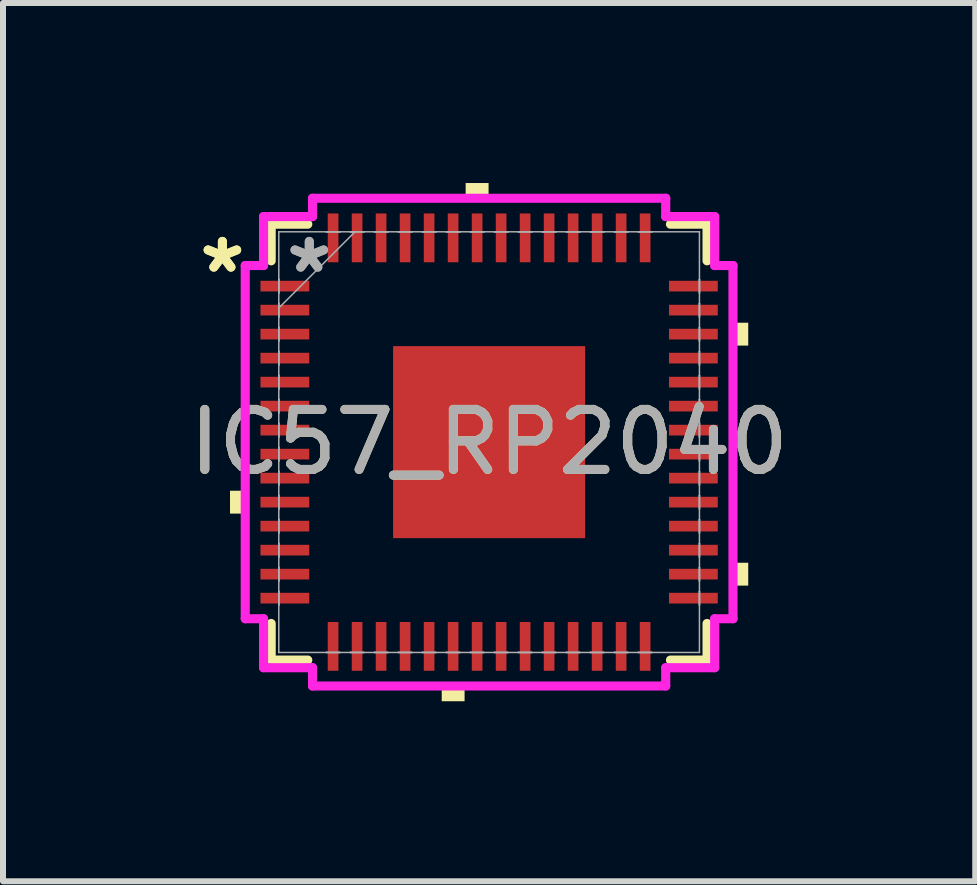
<source format=kicad_pcb>
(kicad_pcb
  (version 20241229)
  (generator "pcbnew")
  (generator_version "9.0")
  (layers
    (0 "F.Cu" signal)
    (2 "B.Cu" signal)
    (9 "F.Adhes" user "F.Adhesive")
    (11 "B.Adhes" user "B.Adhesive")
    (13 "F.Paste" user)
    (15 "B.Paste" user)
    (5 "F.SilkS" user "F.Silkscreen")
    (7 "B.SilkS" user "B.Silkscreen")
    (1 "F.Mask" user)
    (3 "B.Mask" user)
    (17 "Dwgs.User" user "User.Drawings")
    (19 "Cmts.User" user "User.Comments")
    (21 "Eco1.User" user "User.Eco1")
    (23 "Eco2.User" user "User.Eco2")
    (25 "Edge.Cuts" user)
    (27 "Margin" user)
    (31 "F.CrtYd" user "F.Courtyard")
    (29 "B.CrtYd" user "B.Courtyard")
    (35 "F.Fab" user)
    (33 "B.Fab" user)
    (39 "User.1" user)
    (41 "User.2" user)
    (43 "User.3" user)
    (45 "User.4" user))
  (footprint "IC57_RP2040"
    (layer "F.Cu")
    (at 5.101 4.318)
    (property "Reference" "IC57_RP2040" (at 0 0 0) (unlocked yes) (layer "F.SilkS") (effects (font (size 1 1) (thickness 0.15))))
    (attr smd)
    (fp_line (start -3.632 -3.632) (end -3.632 -3.022) (stroke (width 0.152) (type solid)) (layer "F.SilkS"))
    (fp_line (start -3.632 3.022) (end -3.632 3.632) (stroke (width 0.152) (type solid)) (layer "F.SilkS"))
    (fp_line (start -3.632 3.632) (end -3.022 3.632) (stroke (width 0.152) (type solid)) (layer "F.SilkS"))
    (fp_line (start -3.022 -3.632) (end -3.632 -3.632) (stroke (width 0.152) (type solid)) (layer "F.SilkS"))
    (fp_line (start 3.022 3.632) (end 3.632 3.632) (stroke (width 0.152) (type solid)) (layer "F.SilkS"))
    (fp_line (start 3.632 -3.632) (end 3.022 -3.632) (stroke (width 0.152) (type solid)) (layer "F.SilkS"))
    (fp_line (start 3.632 -3.022) (end 3.632 -3.632) (stroke (width 0.152) (type solid)) (layer "F.SilkS"))
    (fp_line (start 3.632 3.632) (end 3.632 3.022) (stroke (width 0.152) (type solid)) (layer "F.SilkS"))
    (fp_poly (pts (xy -4.318 0.81) (xy -4.318 1.191) (xy -4.064 1.191) (xy -4.064 0.81)) (stroke (width 0) (type solid)) (fill yes) (layer "F.SilkS"))
    (fp_poly (pts (xy -0.79 4.064) (xy -0.79 4.318) (xy -0.409 4.318) (xy -0.409 4.064)) (stroke (width 0) (type solid)) (fill yes) (layer "F.SilkS"))
    (fp_poly (pts (xy -0.391 -4.064) (xy -0.391 -4.318) (xy -0.009 -4.318) (xy -0.009 -4.064)) (stroke (width 0) (type solid)) (fill yes) (layer "F.SilkS"))
    (fp_poly (pts (xy 4.318 -1.99) (xy 4.318 -1.609) (xy 4.064 -1.609) (xy 4.064 -1.99)) (stroke (width 0) (type solid)) (fill yes) (layer "F.SilkS"))
    (fp_poly (pts (xy 4.318 2.01) (xy 4.318 2.391) (xy 4.064 2.391) (xy 4.064 2.01)) (stroke (width 0) (type solid)) (fill yes) (layer "F.SilkS"))
    (fp_poly (pts (xy -1.5 -1.5) (xy -1.5 -0.1) (xy -0.1 -0.1) (xy -0.1 -1.5)) (stroke (width 0) (type solid)) (fill yes) (layer "F.Paste"))
    (fp_poly (pts (xy -1.5 0.1) (xy -1.5 1.5) (xy -0.1 1.5) (xy -0.1 0.1)) (stroke (width 0) (type solid)) (fill yes) (layer "F.Paste"))
    (fp_poly (pts (xy 0.1 -1.5) (xy 0.1 -0.1) (xy 1.5 -0.1) (xy 1.5 -1.5)) (stroke (width 0) (type solid)) (fill yes) (layer "F.Paste"))
    (fp_poly (pts (xy 0.1 0.1) (xy 0.1 1.5) (xy 1.5 1.5) (xy 1.5 0.1)) (stroke (width 0) (type solid)) (fill yes) (layer "F.Paste"))
    (fp_line (start -4.064 -2.943) (end -3.759 -2.943) (stroke (width 0.152) (type solid)) (layer "F.CrtYd"))
    (fp_line (start -4.064 2.943) (end -4.064 -2.943) (stroke (width 0.152) (type solid)) (layer "F.CrtYd"))
    (fp_line (start -3.759 -3.759) (end -2.943 -3.759) (stroke (width 0.152) (type solid)) (layer "F.CrtYd"))
    (fp_line (start -3.759 -2.943) (end -3.759 -3.759) (stroke (width 0.152) (type solid)) (layer "F.CrtYd"))
    (fp_line (start -3.759 2.943) (end -4.064 2.943) (stroke (width 0.152) (type solid)) (layer "F.CrtYd"))
    (fp_line (start -3.759 3.759) (end -3.759 2.943) (stroke (width 0.152) (type solid)) (layer "F.CrtYd"))
    (fp_line (start -2.943 -4.064) (end 2.943 -4.064) (stroke (width 0.152) (type solid)) (layer "F.CrtYd"))
    (fp_line (start -2.943 -3.759) (end -2.943 -4.064) (stroke (width 0.152) (type solid)) (layer "F.CrtYd"))
    (fp_line (start -2.943 3.759) (end -3.759 3.759) (stroke (width 0.152) (type solid)) (layer "F.CrtYd"))
    (fp_line (start -2.943 4.064) (end -2.943 3.759) (stroke (width 0.152) (type solid)) (layer "F.CrtYd"))
    (fp_line (start 2.943 -4.064) (end 2.943 -3.759) (stroke (width 0.152) (type solid)) (layer "F.CrtYd"))
    (fp_line (start 2.943 -3.759) (end 3.759 -3.759) (stroke (width 0.152) (type solid)) (layer "F.CrtYd"))
    (fp_line (start 2.943 3.759) (end 2.943 4.064) (stroke (width 0.152) (type solid)) (layer "F.CrtYd"))
    (fp_line (start 2.943 4.064) (end -2.943 4.064) (stroke (width 0.152) (type solid)) (layer "F.CrtYd"))
    (fp_line (start 3.759 -3.759) (end 3.759 -2.943) (stroke (width 0.152) (type solid)) (layer "F.CrtYd"))
    (fp_line (start 3.759 -2.943) (end 4.064 -2.943) (stroke (width 0.152) (type solid)) (layer "F.CrtYd"))
    (fp_line (start 3.759 2.943) (end 3.759 3.759) (stroke (width 0.152) (type solid)) (layer "F.CrtYd"))
    (fp_line (start 3.759 3.759) (end 2.943 3.759) (stroke (width 0.152) (type solid)) (layer "F.CrtYd"))
    (fp_line (start 4.064 -2.943) (end 4.064 2.943) (stroke (width 0.152) (type solid)) (layer "F.CrtYd"))
    (fp_line (start 4.064 2.943) (end 3.759 2.943) (stroke (width 0.152) (type solid)) (layer "F.CrtYd"))
    (fp_line (start -3.505 -3.505) (end -3.505 -3.505) (stroke (width 0.025) (type solid)) (layer "F.Fab"))
    (fp_line (start -3.505 -3.505) (end -3.505 3.505) (stroke (width 0.025) (type solid)) (layer "F.Fab"))
    (fp_line (start -3.505 -2.714) (end -3.505 -2.714) (stroke (width 0.025) (type solid)) (layer "F.Fab"))
    (fp_line (start -3.505 -2.714) (end -3.505 -2.486) (stroke (width 0.025) (type solid)) (layer "F.Fab"))
    (fp_line (start -3.505 -2.486) (end -3.505 -2.714) (stroke (width 0.025) (type solid)) (layer "F.Fab"))
    (fp_line (start -3.505 -2.486) (end -3.505 -2.486) (stroke (width 0.025) (type solid)) (layer "F.Fab"))
    (fp_line (start -3.505 -2.314) (end -3.505 -2.314) (stroke (width 0.025) (type solid)) (layer "F.Fab"))
    (fp_line (start -3.505 -2.314) (end -3.505 -2.086) (stroke (width 0.025) (type solid)) (layer "F.Fab"))
    (fp_line (start -3.505 -2.235) (end -2.235 -3.505) (stroke (width 0.025) (type solid)) (layer "F.Fab"))
    (fp_line (start -3.505 -2.086) (end -3.505 -2.314) (stroke (width 0.025) (type solid)) (layer "F.Fab"))
    (fp_line (start -3.505 -2.086) (end -3.505 -2.086) (stroke (width 0.025) (type solid)) (layer "F.Fab"))
    (fp_line (start -3.505 -1.914) (end -3.505 -1.914) (stroke (width 0.025) (type solid)) (layer "F.Fab"))
    (fp_line (start -3.505 -1.914) (end -3.505 -1.686) (stroke (width 0.025) (type solid)) (layer "F.Fab"))
    (fp_line (start -3.505 -1.686) (end -3.505 -1.914) (stroke (width 0.025) (type solid)) (layer "F.Fab"))
    (fp_line (start -3.505 -1.686) (end -3.505 -1.686) (stroke (width 0.025) (type solid)) (layer "F.Fab"))
    (fp_line (start -3.505 -1.514) (end -3.505 -1.514) (stroke (width 0.025) (type solid)) (layer "F.Fab"))
    (fp_line (start -3.505 -1.514) (end -3.505 -1.286) (stroke (width 0.025) (type solid)) (layer "F.Fab"))
    (fp_line (start -3.505 -1.286) (end -3.505 -1.514) (stroke (width 0.025) (type solid)) (layer "F.Fab"))
    (fp_line (start -3.505 -1.286) (end -3.505 -1.286) (stroke (width 0.025) (type solid)) (layer "F.Fab"))
    (fp_line (start -3.505 -1.114) (end -3.505 -1.114) (stroke (width 0.025) (type solid)) (layer "F.Fab"))
    (fp_line (start -3.505 -1.114) (end -3.505 -0.886) (stroke (width 0.025) (type solid)) (layer "F.Fab"))
    (fp_line (start -3.505 -0.886) (end -3.505 -1.114) (stroke (width 0.025) (type solid)) (layer "F.Fab"))
    (fp_line (start -3.505 -0.886) (end -3.505 -0.886) (stroke (width 0.025) (type solid)) (layer "F.Fab"))
    (fp_line (start -3.505 -0.714) (end -3.505 -0.714) (stroke (width 0.025) (type solid)) (layer "F.Fab"))
    (fp_line (start -3.505 -0.714) (end -3.505 -0.486) (stroke (width 0.025) (type solid)) (layer "F.Fab"))
    (fp_line (start -3.505 -0.486) (end -3.505 -0.714) (stroke (width 0.025) (type solid)) (layer "F.Fab"))
    (fp_line (start -3.505 -0.486) (end -3.505 -0.486) (stroke (width 0.025) (type solid)) (layer "F.Fab"))
    (fp_line (start -3.505 -0.314) (end -3.505 -0.314) (stroke (width 0.025) (type solid)) (layer "F.Fab"))
    (fp_line (start -3.505 -0.314) (end -3.505 -0.086) (stroke (width 0.025) (type solid)) (layer "F.Fab"))
    (fp_line (start -3.505 -0.086) (end -3.505 -0.314) (stroke (width 0.025) (type solid)) (layer "F.Fab"))
    (fp_line (start -3.505 -0.086) (end -3.505 -0.086) (stroke (width 0.025) (type solid)) (layer "F.Fab"))
    (fp_line (start -3.505 0.086) (end -3.505 0.086) (stroke (width 0.025) (type solid)) (layer "F.Fab"))
    (fp_line (start -3.505 0.086) (end -3.505 0.314) (stroke (width 0.025) (type solid)) (layer "F.Fab"))
    (fp_line (start -3.505 0.314) (end -3.505 0.086) (stroke (width 0.025) (type solid)) (layer "F.Fab"))
    (fp_line (start -3.505 0.314) (end -3.505 0.314) (stroke (width 0.025) (type solid)) (layer "F.Fab"))
    (fp_line (start -3.505 0.486) (end -3.505 0.486) (stroke (width 0.025) (type solid)) (layer "F.Fab"))
    (fp_line (start -3.505 0.486) (end -3.505 0.714) (stroke (width 0.025) (type solid)) (layer "F.Fab"))
    (fp_line (start -3.505 0.714) (end -3.505 0.486) (stroke (width 0.025) (type solid)) (layer "F.Fab"))
    (fp_line (start -3.505 0.714) (end -3.505 0.714) (stroke (width 0.025) (type solid)) (layer "F.Fab"))
    (fp_line (start -3.505 0.886) (end -3.505 0.886) (stroke (width 0.025) (type solid)) (layer "F.Fab"))
    (fp_line (start -3.505 0.886) (end -3.505 1.114) (stroke (width 0.025) (type solid)) (layer "F.Fab"))
    (fp_line (start -3.505 1.114) (end -3.505 0.886) (stroke (width 0.025) (type solid)) (layer "F.Fab"))
    (fp_line (start -3.505 1.114) (end -3.505 1.114) (stroke (width 0.025) (type solid)) (layer "F.Fab"))
    (fp_line (start -3.505 1.286) (end -3.505 1.286) (stroke (width 0.025) (type solid)) (layer "F.Fab"))
    (fp_line (start -3.505 1.286) (end -3.505 1.514) (stroke (width 0.025) (type solid)) (layer "F.Fab"))
    (fp_line (start -3.505 1.514) (end -3.505 1.286) (stroke (width 0.025) (type solid)) (layer "F.Fab"))
    (fp_line (start -3.505 1.514) (end -3.505 1.514) (stroke (width 0.025) (type solid)) (layer "F.Fab"))
    (fp_line (start -3.505 1.686) (end -3.505 1.686) (stroke (width 0.025) (type solid)) (layer "F.Fab"))
    (fp_line (start -3.505 1.686) (end -3.505 1.914) (stroke (width 0.025) (type solid)) (layer "F.Fab"))
    (fp_line (start -3.505 1.914) (end -3.505 1.686) (stroke (width 0.025) (type solid)) (layer "F.Fab"))
    (fp_line (start -3.505 1.914) (end -3.505 1.914) (stroke (width 0.025) (type solid)) (layer "F.Fab"))
    (fp_line (start -3.505 2.086) (end -3.505 2.086) (stroke (width 0.025) (type solid)) (layer "F.Fab"))
    (fp_line (start -3.505 2.086) (end -3.505 2.314) (stroke (width 0.025) (type solid)) (layer "F.Fab"))
    (fp_line (start -3.505 2.314) (end -3.505 2.086) (stroke (width 0.025) (type solid)) (layer "F.Fab"))
    (fp_line (start -3.505 2.314) (end -3.505 2.314) (stroke (width 0.025) (type solid)) (layer "F.Fab"))
    (fp_line (start -3.505 2.486) (end -3.505 2.486) (stroke (width 0.025) (type solid)) (layer "F.Fab"))
    (fp_line (start -3.505 2.486) (end -3.505 2.714) (stroke (width 0.025) (type solid)) (layer "F.Fab"))
    (fp_line (start -3.505 2.714) (end -3.505 2.486) (stroke (width 0.025) (type solid)) (layer "F.Fab"))
    (fp_line (start -3.505 2.714) (end -3.505 2.714) (stroke (width 0.025) (type solid)) (layer "F.Fab"))
    (fp_line (start -3.505 3.505) (end -3.505 3.505) (stroke (width 0.025) (type solid)) (layer "F.Fab"))
    (fp_line (start -3.505 3.505) (end 3.505 3.505) (stroke (width 0.025) (type solid)) (layer "F.Fab"))
    (fp_line (start -2.714 -3.505) (end -2.714 -3.505) (stroke (width 0.025) (type solid)) (layer "F.Fab"))
    (fp_line (start -2.714 -3.505) (end -2.486 -3.505) (stroke (width 0.025) (type solid)) (layer "F.Fab"))
    (fp_line (start -2.714 3.505) (end -2.714 3.505) (stroke (width 0.025) (type solid)) (layer "F.Fab"))
    (fp_line (start -2.714 3.505) (end -2.486 3.505) (stroke (width 0.025) (type solid)) (layer "F.Fab"))
    (fp_line (start -2.486 -3.505) (end -2.714 -3.505) (stroke (width 0.025) (type solid)) (layer "F.Fab"))
    (fp_line (start -2.486 -3.505) (end -2.486 -3.505) (stroke (width 0.025) (type solid)) (layer "F.Fab"))
    (fp_line (start -2.486 3.505) (end -2.714 3.505) (stroke (width 0.025) (type solid)) (layer "F.Fab"))
    (fp_line (start -2.486 3.505) (end -2.486 3.505) (stroke (width 0.025) (type solid)) (layer "F.Fab"))
    (fp_line (start -2.314 -3.505) (end -2.314 -3.505) (stroke (width 0.025) (type solid)) (layer "F.Fab"))
    (fp_line (start -2.314 -3.505) (end -2.086 -3.505) (stroke (width 0.025) (type solid)) (layer "F.Fab"))
    (fp_line (start -2.314 3.505) (end -2.314 3.505) (stroke (width 0.025) (type solid)) (layer "F.Fab"))
    (fp_line (start -2.314 3.505) (end -2.086 3.505) (stroke (width 0.025) (type solid)) (layer "F.Fab"))
    (fp_line (start -2.086 -3.505) (end -2.314 -3.505) (stroke (width 0.025) (type solid)) (layer "F.Fab"))
    (fp_line (start -2.086 -3.505) (end -2.086 -3.505) (stroke (width 0.025) (type solid)) (layer "F.Fab"))
    (fp_line (start -2.086 3.505) (end -2.314 3.505) (stroke (width 0.025) (type solid)) (layer "F.Fab"))
    (fp_line (start -2.086 3.505) (end -2.086 3.505) (stroke (width 0.025) (type solid)) (layer "F.Fab"))
    (fp_line (start -1.914 -3.505) (end -1.914 -3.505) (stroke (width 0.025) (type solid)) (layer "F.Fab"))
    (fp_line (start -1.914 -3.505) (end -1.686 -3.505) (stroke (width 0.025) (type solid)) (layer "F.Fab"))
    (fp_line (start -1.914 3.505) (end -1.914 3.505) (stroke (width 0.025) (type solid)) (layer "F.Fab"))
    (fp_line (start -1.914 3.505) (end -1.686 3.505) (stroke (width 0.025) (type solid)) (layer "F.Fab"))
    (fp_line (start -1.686 -3.505) (end -1.914 -3.505) (stroke (width 0.025) (type solid)) (layer "F.Fab"))
    (fp_line (start -1.686 -3.505) (end -1.686 -3.505) (stroke (width 0.025) (type solid)) (layer "F.Fab"))
    (fp_line (start -1.686 3.505) (end -1.914 3.505) (stroke (width 0.025) (type solid)) (layer "F.Fab"))
    (fp_line (start -1.686 3.505) (end -1.686 3.505) (stroke (width 0.025) (type solid)) (layer "F.Fab"))
    (fp_line (start -1.514 -3.505) (end -1.514 -3.505) (stroke (width 0.025) (type solid)) (layer "F.Fab"))
    (fp_line (start -1.514 -3.505) (end -1.286 -3.505) (stroke (width 0.025) (type solid)) (layer "F.Fab"))
    (fp_line (start -1.514 3.505) (end -1.514 3.505) (stroke (width 0.025) (type solid)) (layer "F.Fab"))
    (fp_line (start -1.514 3.505) (end -1.286 3.505) (stroke (width 0.025) (type solid)) (layer "F.Fab"))
    (fp_line (start -1.286 -3.505) (end -1.514 -3.505) (stroke (width 0.025) (type solid)) (layer "F.Fab"))
    (fp_line (start -1.286 -3.505) (end -1.286 -3.505) (stroke (width 0.025) (type solid)) (layer "F.Fab"))
    (fp_line (start -1.286 3.505) (end -1.514 3.505) (stroke (width 0.025) (type solid)) (layer "F.Fab"))
    (fp_line (start -1.286 3.505) (end -1.286 3.505) (stroke (width 0.025) (type solid)) (layer "F.Fab"))
    (fp_line (start -1.114 -3.505) (end -1.114 -3.505) (stroke (width 0.025) (type solid)) (layer "F.Fab"))
    (fp_line (start -1.114 -3.505) (end -0.886 -3.505) (stroke (width 0.025) (type solid)) (layer "F.Fab"))
    (fp_line (start -1.114 3.505) (end -1.114 3.505) (stroke (width 0.025) (type solid)) (layer "F.Fab"))
    (fp_line (start -1.114 3.505) (end -0.886 3.505) (stroke (width 0.025) (type solid)) (layer "F.Fab"))
    (fp_line (start -0.886 -3.505) (end -1.114 -3.505) (stroke (width 0.025) (type solid)) (layer "F.Fab"))
    (fp_line (start -0.886 -3.505) (end -0.886 -3.505) (stroke (width 0.025) (type solid)) (layer "F.Fab"))
    (fp_line (start -0.886 3.505) (end -1.114 3.505) (stroke (width 0.025) (type solid)) (layer "F.Fab"))
    (fp_line (start -0.886 3.505) (end -0.886 3.505) (stroke (width 0.025) (type solid)) (layer "F.Fab"))
    (fp_line (start -0.714 -3.505) (end -0.714 -3.505) (stroke (width 0.025) (type solid)) (layer "F.Fab"))
    (fp_line (start -0.714 -3.505) (end -0.486 -3.505) (stroke (width 0.025) (type solid)) (layer "F.Fab"))
    (fp_line (start -0.714 3.505) (end -0.714 3.505) (stroke (width 0.025) (type solid)) (layer "F.Fab"))
    (fp_line (start -0.714 3.505) (end -0.486 3.505) (stroke (width 0.025) (type solid)) (layer "F.Fab"))
    (fp_line (start -0.486 -3.505) (end -0.714 -3.505) (stroke (width 0.025) (type solid)) (layer "F.Fab"))
    (fp_line (start -0.486 -3.505) (end -0.486 -3.505) (stroke (width 0.025) (type solid)) (layer "F.Fab"))
    (fp_line (start -0.486 3.505) (end -0.714 3.505) (stroke (width 0.025) (type solid)) (layer "F.Fab"))
    (fp_line (start -0.486 3.505) (end -0.486 3.505) (stroke (width 0.025) (type solid)) (layer "F.Fab"))
    (fp_line (start -0.314 -3.505) (end -0.314 -3.505) (stroke (width 0.025) (type solid)) (layer "F.Fab"))
    (fp_line (start -0.314 -3.505) (end -0.086 -3.505) (stroke (width 0.025) (type solid)) (layer "F.Fab"))
    (fp_line (start -0.314 3.505) (end -0.314 3.505) (stroke (width 0.025) (type solid)) (layer "F.Fab"))
    (fp_line (start -0.314 3.505) (end -0.086 3.505) (stroke (width 0.025) (type solid)) (layer "F.Fab"))
    (fp_line (start -0.086 -3.505) (end -0.314 -3.505) (stroke (width 0.025) (type solid)) (layer "F.Fab"))
    (fp_line (start -0.086 -3.505) (end -0.086 -3.505) (stroke (width 0.025) (type solid)) (layer "F.Fab"))
    (fp_line (start -0.086 3.505) (end -0.314 3.505) (stroke (width 0.025) (type solid)) (layer "F.Fab"))
    (fp_line (start -0.086 3.505) (end -0.086 3.505) (stroke (width 0.025) (type solid)) (layer "F.Fab"))
    (fp_line (start 0.086 -3.505) (end 0.086 -3.505) (stroke (width 0.025) (type solid)) (layer "F.Fab"))
    (fp_line (start 0.086 -3.505) (end 0.314 -3.505) (stroke (width 0.025) (type solid)) (layer "F.Fab"))
    (fp_line (start 0.086 3.505) (end 0.086 3.505) (stroke (width 0.025) (type solid)) (layer "F.Fab"))
    (fp_line (start 0.086 3.505) (end 0.314 3.505) (stroke (width 0.025) (type solid)) (layer "F.Fab"))
    (fp_line (start 0.314 -3.505) (end 0.086 -3.505) (stroke (width 0.025) (type solid)) (layer "F.Fab"))
    (fp_line (start 0.314 -3.505) (end 0.314 -3.505) (stroke (width 0.025) (type solid)) (layer "F.Fab"))
    (fp_line (start 0.314 3.505) (end 0.086 3.505) (stroke (width 0.025) (type solid)) (layer "F.Fab"))
    (fp_line (start 0.314 3.505) (end 0.314 3.505) (stroke (width 0.025) (type solid)) (layer "F.Fab"))
    (fp_line (start 0.486 -3.505) (end 0.486 -3.505) (stroke (width 0.025) (type solid)) (layer "F.Fab"))
    (fp_line (start 0.486 -3.505) (end 0.714 -3.505) (stroke (width 0.025) (type solid)) (layer "F.Fab"))
    (fp_line (start 0.486 3.505) (end 0.486 3.505) (stroke (width 0.025) (type solid)) (layer "F.Fab"))
    (fp_line (start 0.486 3.505) (end 0.714 3.505) (stroke (width 0.025) (type solid)) (layer "F.Fab"))
    (fp_line (start 0.714 -3.505) (end 0.486 -3.505) (stroke (width 0.025) (type solid)) (layer "F.Fab"))
    (fp_line (start 0.714 -3.505) (end 0.714 -3.505) (stroke (width 0.025) (type solid)) (layer "F.Fab"))
    (fp_line (start 0.714 3.505) (end 0.486 3.505) (stroke (width 0.025) (type solid)) (layer "F.Fab"))
    (fp_line (start 0.714 3.505) (end 0.714 3.505) (stroke (width 0.025) (type solid)) (layer "F.Fab"))
    (fp_line (start 0.886 -3.505) (end 0.886 -3.505) (stroke (width 0.025) (type solid)) (layer "F.Fab"))
    (fp_line (start 0.886 -3.505) (end 1.114 -3.505) (stroke (width 0.025) (type solid)) (layer "F.Fab"))
    (fp_line (start 0.886 3.505) (end 0.886 3.505) (stroke (width 0.025) (type solid)) (layer "F.Fab"))
    (fp_line (start 0.886 3.505) (end 1.114 3.505) (stroke (width 0.025) (type solid)) (layer "F.Fab"))
    (fp_line (start 1.114 -3.505) (end 0.886 -3.505) (stroke (width 0.025) (type solid)) (layer "F.Fab"))
    (fp_line (start 1.114 -3.505) (end 1.114 -3.505) (stroke (width 0.025) (type solid)) (layer "F.Fab"))
    (fp_line (start 1.114 3.505) (end 0.886 3.505) (stroke (width 0.025) (type solid)) (layer "F.Fab"))
    (fp_line (start 1.114 3.505) (end 1.114 3.505) (stroke (width 0.025) (type solid)) (layer "F.Fab"))
    (fp_line (start 1.286 -3.505) (end 1.286 -3.505) (stroke (width 0.025) (type solid)) (layer "F.Fab"))
    (fp_line (start 1.286 -3.505) (end 1.514 -3.505) (stroke (width 0.025) (type solid)) (layer "F.Fab"))
    (fp_line (start 1.286 3.505) (end 1.286 3.505) (stroke (width 0.025) (type solid)) (layer "F.Fab"))
    (fp_line (start 1.286 3.505) (end 1.514 3.505) (stroke (width 0.025) (type solid)) (layer "F.Fab"))
    (fp_line (start 1.514 -3.505) (end 1.286 -3.505) (stroke (width 0.025) (type solid)) (layer "F.Fab"))
    (fp_line (start 1.514 -3.505) (end 1.514 -3.505) (stroke (width 0.025) (type solid)) (layer "F.Fab"))
    (fp_line (start 1.514 3.505) (end 1.286 3.505) (stroke (width 0.025) (type solid)) (layer "F.Fab"))
    (fp_line (start 1.514 3.505) (end 1.514 3.505) (stroke (width 0.025) (type solid)) (layer "F.Fab"))
    (fp_line (start 1.686 -3.505) (end 1.686 -3.505) (stroke (width 0.025) (type solid)) (layer "F.Fab"))
    (fp_line (start 1.686 -3.505) (end 1.914 -3.505) (stroke (width 0.025) (type solid)) (layer "F.Fab"))
    (fp_line (start 1.686 3.505) (end 1.686 3.505) (stroke (width 0.025) (type solid)) (layer "F.Fab"))
    (fp_line (start 1.686 3.505) (end 1.914 3.505) (stroke (width 0.025) (type solid)) (layer "F.Fab"))
    (fp_line (start 1.914 -3.505) (end 1.686 -3.505) (stroke (width 0.025) (type solid)) (layer "F.Fab"))
    (fp_line (start 1.914 -3.505) (end 1.914 -3.505) (stroke (width 0.025) (type solid)) (layer "F.Fab"))
    (fp_line (start 1.914 3.505) (end 1.686 3.505) (stroke (width 0.025) (type solid)) (layer "F.Fab"))
    (fp_line (start 1.914 3.505) (end 1.914 3.505) (stroke (width 0.025) (type solid)) (layer "F.Fab"))
    (fp_line (start 2.086 -3.505) (end 2.086 -3.505) (stroke (width 0.025) (type solid)) (layer "F.Fab"))
    (fp_line (start 2.086 -3.505) (end 2.314 -3.505) (stroke (width 0.025) (type solid)) (layer "F.Fab"))
    (fp_line (start 2.086 3.505) (end 2.086 3.505) (stroke (width 0.025) (type solid)) (layer "F.Fab"))
    (fp_line (start 2.086 3.505) (end 2.314 3.505) (stroke (width 0.025) (type solid)) (layer "F.Fab"))
    (fp_line (start 2.314 -3.505) (end 2.086 -3.505) (stroke (width 0.025) (type solid)) (layer "F.Fab"))
    (fp_line (start 2.314 -3.505) (end 2.314 -3.505) (stroke (width 0.025) (type solid)) (layer "F.Fab"))
    (fp_line (start 2.314 3.505) (end 2.086 3.505) (stroke (width 0.025) (type solid)) (layer "F.Fab"))
    (fp_line (start 2.314 3.505) (end 2.314 3.505) (stroke (width 0.025) (type solid)) (layer "F.Fab"))
    (fp_line (start 2.486 -3.505) (end 2.486 -3.505) (stroke (width 0.025) (type solid)) (layer "F.Fab"))
    (fp_line (start 2.486 -3.505) (end 2.714 -3.505) (stroke (width 0.025) (type solid)) (layer "F.Fab"))
    (fp_line (start 2.486 3.505) (end 2.486 3.505) (stroke (width 0.025) (type solid)) (layer "F.Fab"))
    (fp_line (start 2.486 3.505) (end 2.714 3.505) (stroke (width 0.025) (type solid)) (layer "F.Fab"))
    (fp_line (start 2.714 -3.505) (end 2.486 -3.505) (stroke (width 0.025) (type solid)) (layer "F.Fab"))
    (fp_line (start 2.714 -3.505) (end 2.714 -3.505) (stroke (width 0.025) (type solid)) (layer "F.Fab"))
    (fp_line (start 2.714 3.505) (end 2.486 3.505) (stroke (width 0.025) (type solid)) (layer "F.Fab"))
    (fp_line (start 2.714 3.505) (end 2.714 3.505) (stroke (width 0.025) (type solid)) (layer "F.Fab"))
    (fp_line (start 3.505 -3.505) (end -3.505 -3.505) (stroke (width 0.025) (type solid)) (layer "F.Fab"))
    (fp_line (start 3.505 -3.505) (end 3.505 -3.505) (stroke (width 0.025) (type solid)) (layer "F.Fab"))
    (fp_line (start 3.505 -2.714) (end 3.505 -2.714) (stroke (width 0.025) (type solid)) (layer "F.Fab"))
    (fp_line (start 3.505 -2.714) (end 3.505 -2.486) (stroke (width 0.025) (type solid)) (layer "F.Fab"))
    (fp_line (start 3.505 -2.486) (end 3.505 -2.714) (stroke (width 0.025) (type solid)) (layer "F.Fab"))
    (fp_line (start 3.505 -2.486) (end 3.505 -2.486) (stroke (width 0.025) (type solid)) (layer "F.Fab"))
    (fp_line (start 3.505 -2.314) (end 3.505 -2.314) (stroke (width 0.025) (type solid)) (layer "F.Fab"))
    (fp_line (start 3.505 -2.314) (end 3.505 -2.086) (stroke (width 0.025) (type solid)) (layer "F.Fab"))
    (fp_line (start 3.505 -2.086) (end 3.505 -2.314) (stroke (width 0.025) (type solid)) (layer "F.Fab"))
    (fp_line (start 3.505 -2.086) (end 3.505 -2.086) (stroke (width 0.025) (type solid)) (layer "F.Fab"))
    (fp_line (start 3.505 -1.914) (end 3.505 -1.914) (stroke (width 0.025) (type solid)) (layer "F.Fab"))
    (fp_line (start 3.505 -1.914) (end 3.505 -1.686) (stroke (width 0.025) (type solid)) (layer "F.Fab"))
    (fp_line (start 3.505 -1.686) (end 3.505 -1.914) (stroke (width 0.025) (type solid)) (layer "F.Fab"))
    (fp_line (start 3.505 -1.686) (end 3.505 -1.686) (stroke (width 0.025) (type solid)) (layer "F.Fab"))
    (fp_line (start 3.505 -1.514) (end 3.505 -1.514) (stroke (width 0.025) (type solid)) (layer "F.Fab"))
    (fp_line (start 3.505 -1.514) (end 3.505 -1.286) (stroke (width 0.025) (type solid)) (layer "F.Fab"))
    (fp_line (start 3.505 -1.286) (end 3.505 -1.514) (stroke (width 0.025) (type solid)) (layer "F.Fab"))
    (fp_line (start 3.505 -1.286) (end 3.505 -1.286) (stroke (width 0.025) (type solid)) (layer "F.Fab"))
    (fp_line (start 3.505 -1.114) (end 3.505 -1.114) (stroke (width 0.025) (type solid)) (layer "F.Fab"))
    (fp_line (start 3.505 -1.114) (end 3.505 -0.886) (stroke (width 0.025) (type solid)) (layer "F.Fab"))
    (fp_line (start 3.505 -0.886) (end 3.505 -1.114) (stroke (width 0.025) (type solid)) (layer "F.Fab"))
    (fp_line (start 3.505 -0.886) (end 3.505 -0.886) (stroke (width 0.025) (type solid)) (layer "F.Fab"))
    (fp_line (start 3.505 -0.714) (end 3.505 -0.714) (stroke (width 0.025) (type solid)) (layer "F.Fab"))
    (fp_line (start 3.505 -0.714) (end 3.505 -0.486) (stroke (width 0.025) (type solid)) (layer "F.Fab"))
    (fp_line (start 3.505 -0.486) (end 3.505 -0.714) (stroke (width 0.025) (type solid)) (layer "F.Fab"))
    (fp_line (start 3.505 -0.486) (end 3.505 -0.486) (stroke (width 0.025) (type solid)) (layer "F.Fab"))
    (fp_line (start 3.505 -0.314) (end 3.505 -0.314) (stroke (width 0.025) (type solid)) (layer "F.Fab"))
    (fp_line (start 3.505 -0.314) (end 3.505 -0.086) (stroke (width 0.025) (type solid)) (layer "F.Fab"))
    (fp_line (start 3.505 -0.086) (end 3.505 -0.314) (stroke (width 0.025) (type solid)) (layer "F.Fab"))
    (fp_line (start 3.505 -0.086) (end 3.505 -0.086) (stroke (width 0.025) (type solid)) (layer "F.Fab"))
    (fp_line (start 3.505 0.086) (end 3.505 0.086) (stroke (width 0.025) (type solid)) (layer "F.Fab"))
    (fp_line (start 3.505 0.086) (end 3.505 0.314) (stroke (width 0.025) (type solid)) (layer "F.Fab"))
    (fp_line (start 3.505 0.314) (end 3.505 0.086) (stroke (width 0.025) (type solid)) (layer "F.Fab"))
    (fp_line (start 3.505 0.314) (end 3.505 0.314) (stroke (width 0.025) (type solid)) (layer "F.Fab"))
    (fp_line (start 3.505 0.486) (end 3.505 0.486) (stroke (width 0.025) (type solid)) (layer "F.Fab"))
    (fp_line (start 3.505 0.486) (end 3.505 0.714) (stroke (width 0.025) (type solid)) (layer "F.Fab"))
    (fp_line (start 3.505 0.714) (end 3.505 0.486) (stroke (width 0.025) (type solid)) (layer "F.Fab"))
    (fp_line (start 3.505 0.714) (end 3.505 0.714) (stroke (width 0.025) (type solid)) (layer "F.Fab"))
    (fp_line (start 3.505 0.886) (end 3.505 0.886) (stroke (width 0.025) (type solid)) (layer "F.Fab"))
    (fp_line (start 3.505 0.886) (end 3.505 1.114) (stroke (width 0.025) (type solid)) (layer "F.Fab"))
    (fp_line (start 3.505 1.114) (end 3.505 0.886) (stroke (width 0.025) (type solid)) (layer "F.Fab"))
    (fp_line (start 3.505 1.114) (end 3.505 1.114) (stroke (width 0.025) (type solid)) (layer "F.Fab"))
    (fp_line (start 3.505 1.286) (end 3.505 1.286) (stroke (width 0.025) (type solid)) (layer "F.Fab"))
    (fp_line (start 3.505 1.286) (end 3.505 1.514) (stroke (width 0.025) (type solid)) (layer "F.Fab"))
    (fp_line (start 3.505 1.514) (end 3.505 1.286) (stroke (width 0.025) (type solid)) (layer "F.Fab"))
    (fp_line (start 3.505 1.514) (end 3.505 1.514) (stroke (width 0.025) (type solid)) (layer "F.Fab"))
    (fp_line (start 3.505 1.686) (end 3.505 1.686) (stroke (width 0.025) (type solid)) (layer "F.Fab"))
    (fp_line (start 3.505 1.686) (end 3.505 1.914) (stroke (width 0.025) (type solid)) (layer "F.Fab"))
    (fp_line (start 3.505 1.914) (end 3.505 1.686) (stroke (width 0.025) (type solid)) (layer "F.Fab"))
    (fp_line (start 3.505 1.914) (end 3.505 1.914) (stroke (width 0.025) (type solid)) (layer "F.Fab"))
    (fp_line (start 3.505 2.086) (end 3.505 2.086) (stroke (width 0.025) (type solid)) (layer "F.Fab"))
    (fp_line (start 3.505 2.086) (end 3.505 2.314) (stroke (width 0.025) (type solid)) (layer "F.Fab"))
    (fp_line (start 3.505 2.314) (end 3.505 2.086) (stroke (width 0.025) (type solid)) (layer "F.Fab"))
    (fp_line (start 3.505 2.314) (end 3.505 2.314) (stroke (width 0.025) (type solid)) (layer "F.Fab"))
    (fp_line (start 3.505 2.486) (end 3.505 2.486) (stroke (width 0.025) (type solid)) (layer "F.Fab"))
    (fp_line (start 3.505 2.486) (end 3.505 2.714) (stroke (width 0.025) (type solid)) (layer "F.Fab"))
    (fp_line (start 3.505 2.714) (end 3.505 2.486) (stroke (width 0.025) (type solid)) (layer "F.Fab"))
    (fp_line (start 3.505 2.714) (end 3.505 2.714) (stroke (width 0.025) (type solid)) (layer "F.Fab"))
    (fp_line (start 3.505 3.505) (end 3.505 -3.505) (stroke (width 0.025) (type solid)) (layer "F.Fab"))
    (fp_line (start 3.505 3.505) (end 3.505 3.505) (stroke (width 0.025) (type solid)) (layer "F.Fab"))
    (fp_text user "*" (at -4.445 -2.8 0) (layer "F.SilkS") (effects (font (size 1 1) (thickness 0.15))))
    (fp_text user "*" (at -4.445 -2.8 0) (unlocked yes) (layer "F.SilkS") (effects (font (size 1 1) (thickness 0.15))))
    (fp_text user "${REFERENCE}" (at 0 0 0) (unlocked yes) (layer "F.Fab") (effects (font (size 1 1) (thickness 0.15))))
    (fp_text user "*" (at -2.997 -2.8 0) (layer "F.Fab") (effects (font (size 1 1) (thickness 0.15))))
    (fp_text user "*" (at -2.997 -2.8 0) (unlocked yes) (layer "F.Fab") (effects (font (size 1 1) (thickness 0.15))))
    (pad "1" smd rect (at -3.404 -2.6 90) (size 0.178 0.813) (layers "F.Cu" "F.Mask" "F.Paste"))
    (pad "2" smd rect (at -3.404 -2.2 90) (size 0.178 0.813) (layers "F.Cu" "F.Mask" "F.Paste"))
    (pad "3" smd rect (at -3.404 -1.8 90) (size 0.178 0.813) (layers "F.Cu" "F.Mask" "F.Paste"))
    (pad "4" smd rect (at -3.404 -1.4 90) (size 0.178 0.813) (layers "F.Cu" "F.Mask" "F.Paste"))
    (pad "5" smd rect (at -3.404 -1 90) (size 0.178 0.813) (layers "F.Cu" "F.Mask" "F.Paste"))
    (pad "6" smd rect (at -3.404 -0.6 90) (size 0.178 0.813) (layers "F.Cu" "F.Mask" "F.Paste"))
    (pad "7" smd rect (at -3.404 -0.2 90) (size 0.178 0.813) (layers "F.Cu" "F.Mask" "F.Paste"))
    (pad "8" smd rect (at -3.404 0.2 90) (size 0.178 0.813) (layers "F.Cu" "F.Mask" "F.Paste"))
    (pad "9" smd rect (at -3.404 0.6 90) (size 0.178 0.813) (layers "F.Cu" "F.Mask" "F.Paste"))
    (pad "10" smd rect (at -3.404 1 90) (size 0.178 0.813) (layers "F.Cu" "F.Mask" "F.Paste"))
    (pad "11" smd rect (at -3.404 1.4 90) (size 0.178 0.813) (layers "F.Cu" "F.Mask" "F.Paste"))
    (pad "12" smd rect (at -3.404 1.8 90) (size 0.178 0.813) (layers "F.Cu" "F.Mask" "F.Paste"))
    (pad "13" smd rect (at -3.404 2.2 90) (size 0.178 0.813) (layers "F.Cu" "F.Mask" "F.Paste"))
    (pad "14" smd rect (at -3.404 2.6 90) (size 0.178 0.813) (layers "F.Cu" "F.Mask" "F.Paste"))
    (pad "15" smd rect (at -2.6 3.404) (size 0.178 0.813) (layers "F.Cu" "F.Mask" "F.Paste"))
    (pad "16" smd rect (at -2.2 3.404) (size 0.178 0.813) (layers "F.Cu" "F.Mask" "F.Paste"))
    (pad "17" smd rect (at -1.8 3.404) (size 0.178 0.813) (layers "F.Cu" "F.Mask" "F.Paste"))
    (pad "18" smd rect (at -1.4 3.404) (size 0.178 0.813) (layers "F.Cu" "F.Mask" "F.Paste"))
    (pad "19" smd rect (at -1 3.404) (size 0.178 0.813) (layers "F.Cu" "F.Mask" "F.Paste"))
    (pad "20" smd rect (at -0.6 3.404) (size 0.178 0.813) (layers "F.Cu" "F.Mask" "F.Paste"))
    (pad "21" smd rect (at -0.2 3.404) (size 0.178 0.813) (layers "F.Cu" "F.Mask" "F.Paste"))
    (pad "22" smd rect (at 0.2 3.404) (size 0.178 0.813) (layers "F.Cu" "F.Mask" "F.Paste"))
    (pad "23" smd rect (at 0.6 3.404) (size 0.178 0.813) (layers "F.Cu" "F.Mask" "F.Paste"))
    (pad "24" smd rect (at 1 3.404) (size 0.178 0.813) (layers "F.Cu" "F.Mask" "F.Paste"))
    (pad "25" smd rect (at 1.4 3.404) (size 0.178 0.813) (layers "F.Cu" "F.Mask" "F.Paste"))
    (pad "26" smd rect (at 1.8 3.404) (size 0.178 0.813) (layers "F.Cu" "F.Mask" "F.Paste"))
    (pad "27" smd rect (at 2.2 3.404) (size 0.178 0.813) (layers "F.Cu" "F.Mask" "F.Paste"))
    (pad "28" smd rect (at 2.6 3.404) (size 0.178 0.813) (layers "F.Cu" "F.Mask" "F.Paste"))
    (pad "29" smd rect (at 3.404 2.6 90) (size 0.178 0.813) (layers "F.Cu" "F.Mask" "F.Paste"))
    (pad "30" smd rect (at 3.404 2.2 90) (size 0.178 0.813) (layers "F.Cu" "F.Mask" "F.Paste"))
    (pad "31" smd rect (at 3.404 1.8 90) (size 0.178 0.813) (layers "F.Cu" "F.Mask" "F.Paste"))
    (pad "32" smd rect (at 3.404 1.4 90) (size 0.178 0.813) (layers "F.Cu" "F.Mask" "F.Paste"))
    (pad "33" smd rect (at 3.404 1 90) (size 0.178 0.813) (layers "F.Cu" "F.Mask" "F.Paste"))
    (pad "34" smd rect (at 3.404 0.6 90) (size 0.178 0.813) (layers "F.Cu" "F.Mask" "F.Paste"))
    (pad "35" smd rect (at 3.404 0.2 90) (size 0.178 0.813) (layers "F.Cu" "F.Mask" "F.Paste"))
    (pad "36" smd rect (at 3.404 -0.2 90) (size 0.178 0.813) (layers "F.Cu" "F.Mask" "F.Paste"))
    (pad "37" smd rect (at 3.404 -0.6 90) (size 0.178 0.813) (layers "F.Cu" "F.Mask" "F.Paste"))
    (pad "38" smd rect (at 3.404 -1 90) (size 0.178 0.813) (layers "F.Cu" "F.Mask" "F.Paste"))
    (pad "39" smd rect (at 3.404 -1.4 90) (size 0.178 0.813) (layers "F.Cu" "F.Mask" "F.Paste"))
    (pad "40" smd rect (at 3.404 -1.8 90) (size 0.178 0.813) (layers "F.Cu" "F.Mask" "F.Paste"))
    (pad "41" smd rect (at 3.404 -2.2 90) (size 0.178 0.813) (layers "F.Cu" "F.Mask" "F.Paste"))
    (pad "42" smd rect (at 3.404 -2.6 90) (size 0.178 0.813) (layers "F.Cu" "F.Mask" "F.Paste"))
    (pad "43" smd rect (at 2.6 -3.404) (size 0.178 0.813) (layers "F.Cu" "F.Mask" "F.Paste"))
    (pad "44" smd rect (at 2.2 -3.404) (size 0.178 0.813) (layers "F.Cu" "F.Mask" "F.Paste"))
    (pad "45" smd rect (at 1.8 -3.404) (size 0.178 0.813) (layers "F.Cu" "F.Mask" "F.Paste"))
    (pad "46" smd rect (at 1.4 -3.404) (size 0.178 0.813) (layers "F.Cu" "F.Mask" "F.Paste"))
    (pad "47" smd rect (at 1 -3.404) (size 0.178 0.813) (layers "F.Cu" "F.Mask" "F.Paste"))
    (pad "48" smd rect (at 0.6 -3.404) (size 0.178 0.813) (layers "F.Cu" "F.Mask" "F.Paste"))
    (pad "49" smd rect (at 0.2 -3.404) (size 0.178 0.813) (layers "F.Cu" "F.Mask" "F.Paste"))
    (pad "50" smd rect (at -0.2 -3.404) (size 0.178 0.813) (layers "F.Cu" "F.Mask" "F.Paste"))
    (pad "51" smd rect (at -0.6 -3.404) (size 0.178 0.813) (layers "F.Cu" "F.Mask" "F.Paste"))
    (pad "52" smd rect (at -1 -3.404) (size 0.178 0.813) (layers "F.Cu" "F.Mask" "F.Paste"))
    (pad "53" smd rect (at -1.4 -3.404) (size 0.178 0.813) (layers "F.Cu" "F.Mask" "F.Paste"))
    (pad "54" smd rect (at -1.8 -3.404) (size 0.178 0.813) (layers "F.Cu" "F.Mask" "F.Paste"))
    (pad "55" smd rect (at -2.2 -3.404) (size 0.178 0.813) (layers "F.Cu" "F.Mask" "F.Paste"))
    (pad "56" smd rect (at -2.6 -3.404) (size 0.178 0.813) (layers "F.Cu" "F.Mask" "F.Paste"))
    (pad "57" smd rect (at 0 0) (size 3.2 3.2) (layers "F.Cu" "F.Mask" "F.Paste")))
  (gr_rect
    (start -3 -3)
    (end 13.202 11.636)
    (stroke (width 0.1) (type default))
    (fill no)
    (layer "Edge.Cuts")))
</source>
